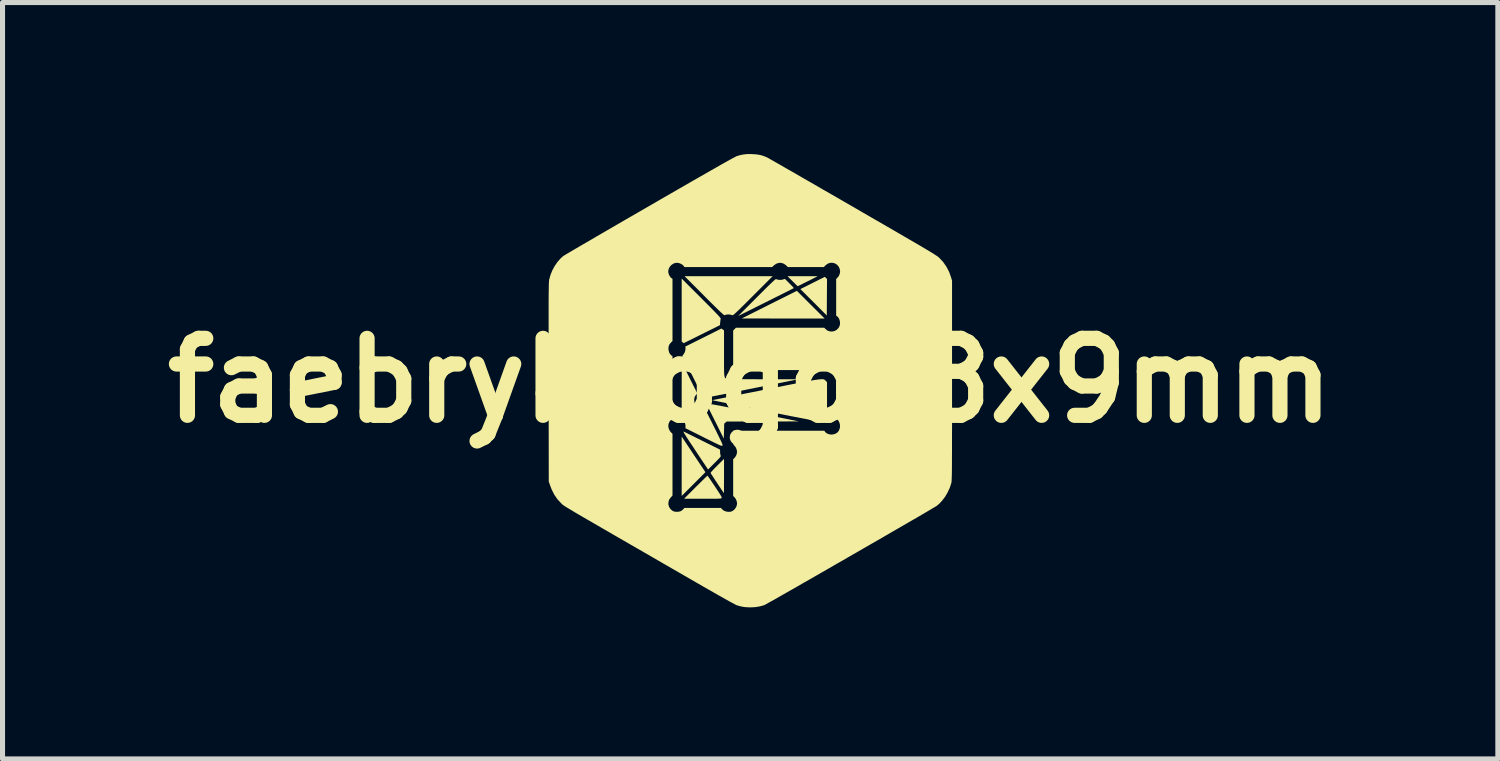
<source format=kicad_pcb>
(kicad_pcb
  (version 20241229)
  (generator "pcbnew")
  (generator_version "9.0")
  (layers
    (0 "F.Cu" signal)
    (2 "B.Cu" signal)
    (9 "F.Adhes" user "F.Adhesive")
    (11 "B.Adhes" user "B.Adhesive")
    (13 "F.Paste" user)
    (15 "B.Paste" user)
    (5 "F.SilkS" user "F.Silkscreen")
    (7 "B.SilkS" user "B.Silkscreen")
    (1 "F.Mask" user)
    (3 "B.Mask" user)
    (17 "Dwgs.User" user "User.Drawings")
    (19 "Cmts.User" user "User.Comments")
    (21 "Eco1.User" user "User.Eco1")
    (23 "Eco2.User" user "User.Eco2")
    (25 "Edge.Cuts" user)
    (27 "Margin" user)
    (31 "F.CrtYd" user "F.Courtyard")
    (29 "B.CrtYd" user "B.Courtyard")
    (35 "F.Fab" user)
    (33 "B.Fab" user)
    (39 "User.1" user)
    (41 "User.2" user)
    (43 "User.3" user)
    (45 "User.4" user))
  (footprint "faebrykLogo_8x9mm"
    (layer "F.Cu")
    (at 11.8 4.482)
    (property "Reference" "faebrykLogo_8x9mm" (at 0 0 0) (layer "F.SilkS") (effects (font (size 1.524 1.524) (thickness 0.3))))
    (attr board_only exclude_from_pos_files exclude_from_bom)
    (fp_poly (pts (xy -1.121 1.463) (xy -0.886 1.815) (xy -1.356 2.285) (xy -1.356 1.698) (xy -1.356 1.11)) (stroke (width 0) (type solid)) (fill yes) (layer "F.SilkS"))
    (fp_poly (pts (xy 1.473 -1.227) (xy 0.652 -1.227) (xy -0.168 -1.228) (xy 0.378 -1.502) (xy 0.924 -1.775)) (stroke (width 0) (type solid)) (fill yes) (layer "F.SilkS"))
    (fp_poly (pts (xy 1.521 -2.008) (xy 1.516 -1.287) (xy 1.255 -1.549) (xy 0.993 -1.81) (xy 1.235 -1.931) (xy 1.477 -2.052)) (stroke (width 0) (type solid)) (fill yes) (layer "F.SilkS"))
    (fp_poly (pts (xy 1.037 -2.064) (xy 1.335 -2.064) (xy 1.14 -1.965) (xy 1.087 -1.939) (xy 1.039 -1.915) (xy 0.999 -1.894) (xy 0.967 -1.879) (xy 0.948 -1.869) (xy 0.942 -1.867) (xy 0.934 -1.872) (xy 0.917 -1.888) (xy 0.892 -1.912) (xy 0.861 -1.943) (xy 0.838 -1.965) (xy 0.739 -2.065)) (stroke (width 0) (type solid)) (fill yes) (layer "F.SilkS"))
    (fp_poly (pts (xy -1.201 -0.052) (xy -1.047 0.255) (xy -1.071 0.282) (xy -1.096 0.32) (xy -1.108 0.362) (xy -1.106 0.413) (xy -1.093 0.471) (xy -1.094 0.479) (xy -1.1 0.491) (xy -1.114 0.509) (xy -1.136 0.534) (xy -1.168 0.567) (xy -1.211 0.61) (xy -1.222 0.622) (xy -1.356 0.756) (xy -1.356 0.199) (xy -1.355 -0.359)) (stroke (width 0) (type solid)) (fill yes) (layer "F.SilkS"))
    (fp_poly (pts (xy -0.967 -1.629) (xy -0.887 -1.548) (xy -0.817 -1.478) (xy -0.759 -1.419) (xy -0.71 -1.37) (xy -0.671 -1.329) (xy -0.64 -1.296) (xy -0.617 -1.271) (xy -0.6 -1.251) (xy -0.59 -1.237) (xy -0.585 -1.228) (xy -0.584 -1.223) (xy -0.584 -1.222) (xy -0.587 -1.205) (xy -0.591 -1.177) (xy -0.594 -1.151) (xy -0.598 -1.096) (xy -1.318 -0.738) (xy -1.337 -0.756) (xy -1.356 -0.775) (xy -1.356 -2.017)) (stroke (width 0) (type solid)) (fill yes) (layer "F.SilkS"))
    (fp_poly (pts (xy -0.776 0.468) (xy -0.752 0.472) (xy -0.712 0.479) (xy -0.66 0.488) (xy -0.594 0.5) (xy -0.518 0.515) (xy -0.431 0.532) (xy -0.335 0.55) (xy -0.232 0.571) (xy -0.121 0.593) (xy -0.005 0.616) (xy 0.091 0.635) (xy 0.963 0.81) (xy 0.249 0.811) (xy -0.466 0.812) (xy -0.49 0.833) (xy -0.514 0.854) (xy -0.518 1.002) (xy -0.523 1.15) (xy -0.678 0.839) (xy -0.833 0.529) (xy -0.81 0.502) (xy -0.795 0.483) (xy -0.786 0.47) (xy -0.785 0.468)) (stroke (width 0) (type solid)) (fill yes) (layer "F.SilkS"))
    (fp_poly (pts (xy 0.056 -1.676) (xy -0.025 -1.595) (xy -0.095 -1.525) (xy -0.154 -1.467) (xy -0.203 -1.418) (xy -0.244 -1.379) (xy -0.277 -1.348) (xy -0.303 -1.324) (xy -0.322 -1.308) (xy -0.336 -1.298) (xy -0.345 -1.293) (xy -0.35 -1.292) (xy -0.4 -1.305) (xy -0.441 -1.308) (xy -0.478 -1.303) (xy -0.51 -1.293) (xy -0.517 -1.296) (xy -0.534 -1.309) (xy -0.561 -1.333) (xy -0.597 -1.366) (xy -0.644 -1.411) (xy -0.701 -1.467) (xy -0.769 -1.534) (xy -0.849 -1.613) (xy -0.911 -1.676) (xy -1.3 -2.065) (xy 0.445 -2.065)) (stroke (width 0) (type solid)) (fill yes) (layer "F.SilkS"))
    (fp_poly (pts (xy -0.518 1.89) (xy -0.518 1.965) (xy -0.519 2.034) (xy -0.519 2.095) (xy -0.519 2.147) (xy -0.519 2.188) (xy -0.52 2.215) (xy -0.52 2.228) (xy -0.521 2.229) (xy -0.526 2.222) (xy -0.539 2.202) (xy -0.56 2.172) (xy -0.586 2.133) (xy -0.617 2.087) (xy -0.651 2.036) (xy -0.652 2.033) (xy -0.687 1.982) (xy -0.718 1.934) (xy -0.744 1.893) (xy -0.765 1.861) (xy -0.779 1.838) (xy -0.784 1.828) (xy -0.784 1.828) (xy -0.779 1.82) (xy -0.763 1.801) (xy -0.739 1.774) (xy -0.707 1.74) (xy -0.669 1.702) (xy -0.652 1.685) (xy -0.518 1.551)) (stroke (width 0) (type solid)) (fill yes) (layer "F.SilkS"))
    (fp_poly (pts (xy 0.777 -1.922) (xy 0.809 -1.89) (xy 0.835 -1.863) (xy 0.854 -1.842) (xy 0.863 -1.83) (xy 0.864 -1.829) (xy 0.855 -1.824) (xy 0.833 -1.813) (xy 0.798 -1.795) (xy 0.75 -1.771) (xy 0.693 -1.742) (xy 0.626 -1.708) (xy 0.551 -1.671) (xy 0.469 -1.63) (xy 0.382 -1.586) (xy 0.311 -1.551) (xy -0.238 -1.277) (xy 0.13 -1.645) (xy 0.214 -1.729) (xy 0.287 -1.802) (xy 0.348 -1.862) (xy 0.399 -1.912) (xy 0.44 -1.95) (xy 0.471 -1.979) (xy 0.493 -1.997) (xy 0.506 -2.006) (xy 0.51 -2.007) (xy 0.563 -1.992) (xy 0.617 -1.992) (xy 0.645 -1.998) (xy 0.687 -2.012)) (stroke (width 0) (type solid)) (fill yes) (layer "F.SilkS"))
    (fp_poly (pts (xy -1.31 1.015) (xy -1.287 1.025) (xy -1.253 1.042) (xy -1.207 1.065) (xy -1.152 1.092) (xy -1.09 1.123) (xy -1.021 1.157) (xy -0.955 1.19) (xy -0.596 1.369) (xy -0.596 1.414) (xy -0.594 1.445) (xy -0.589 1.472) (xy -0.586 1.482) (xy -0.583 1.49) (xy -0.583 1.498) (xy -0.587 1.508) (xy -0.597 1.522) (xy -0.614 1.541) (xy -0.639 1.567) (xy -0.675 1.603) (xy -0.705 1.633) (xy -0.834 1.762) (xy -1.076 1.398) (xy -1.132 1.313) (xy -1.18 1.241) (xy -1.22 1.181) (xy -1.252 1.132) (xy -1.276 1.093) (xy -1.295 1.063) (xy -1.308 1.042) (xy -1.316 1.026) (xy -1.32 1.017) (xy -1.321 1.012) (xy -1.318 1.011)) (stroke (width 0) (type solid)) (fill yes) (layer "F.SilkS"))
    (fp_poly (pts (xy -1.006 0.55) (xy -0.979 0.557) (xy -0.946 0.561) (xy -0.935 0.562) (xy -0.894 0.562) (xy -0.715 0.919) (xy -0.673 1.003) (xy -0.639 1.073) (xy -0.611 1.13) (xy -0.589 1.176) (xy -0.572 1.211) (xy -0.56 1.238) (xy -0.552 1.258) (xy -0.548 1.272) (xy -0.547 1.281) (xy -0.549 1.286) (xy -0.551 1.29) (xy -0.556 1.292) (xy -0.563 1.293) (xy -0.574 1.291) (xy -0.59 1.285) (xy -0.612 1.276) (xy -0.643 1.262) (xy -0.682 1.243) (xy -0.732 1.219) (xy -0.794 1.188) (xy -0.869 1.151) (xy -0.924 1.123) (xy -1.282 0.944) (xy -1.28 0.909) (xy -1.282 0.878) (xy -1.29 0.845) (xy -1.291 0.842) (xy -1.305 0.809) (xy -1.17 0.673) (xy -1.034 0.537)) (stroke (width 0) (type solid)) (fill yes) (layer "F.SilkS"))
    (fp_poly (pts (xy -0.84 1.89) (xy -0.826 1.91) (xy -0.805 1.94) (xy -0.777 1.98) (xy -0.746 2.027) (xy -0.71 2.079) (xy -0.698 2.098) (xy -0.657 2.16) (xy -0.624 2.21) (xy -0.6 2.248) (xy -0.582 2.277) (xy -0.571 2.297) (xy -0.565 2.312) (xy -0.564 2.321) (xy -0.566 2.327) (xy -0.57 2.33) (xy -0.576 2.333) (xy -0.587 2.336) (xy -0.605 2.337) (xy -0.629 2.339) (xy -0.663 2.34) (xy -0.708 2.341) (xy -0.765 2.341) (xy -0.836 2.341) (xy -0.922 2.341) (xy -0.943 2.341) (xy -1.309 2.341) (xy -1.08 2.112) (xy -1.028 2.061) (xy -0.98 2.013) (xy -0.938 1.971) (xy -0.902 1.936) (xy -0.873 1.908) (xy -0.854 1.891) (xy -0.846 1.883) (xy -0.846 1.883)) (stroke (width 0) (type solid)) (fill yes) (layer "F.SilkS"))
    (fp_poly (pts (xy -0.544 -1.01) (xy -0.518 -0.992) (xy -0.518 -0.537) (xy -0.518 -0.434) (xy -0.518 -0.348) (xy -0.518 -0.275) (xy -0.517 -0.216) (xy -0.516 -0.168) (xy -0.514 -0.131) (xy -0.512 -0.102) (xy -0.508 -0.081) (xy -0.504 -0.066) (xy -0.499 -0.056) (xy -0.492 -0.048) (xy -0.484 -0.043) (xy -0.474 -0.038) (xy -0.469 -0.036) (xy -0.459 -0.034) (xy -0.437 -0.032) (xy -0.402 -0.03) (xy -0.354 -0.029) (xy -0.291 -0.028) (xy -0.215 -0.027) (xy -0.123 -0.026) (xy -0.015 -0.026) (xy 0.108 -0.025) (xy 0.248 -0.025) (xy 0.946 -0.024) (xy 0.095 0.147) (xy -0.024 0.171) (xy -0.138 0.194) (xy -0.246 0.216) (xy -0.348 0.236) (xy -0.441 0.255) (xy -0.525 0.272) (xy -0.599 0.286) (xy -0.661 0.298) (xy -0.71 0.308) (xy -0.746 0.315) (xy -0.766 0.319) (xy -0.771 0.319) (xy -0.785 0.313) (xy -0.799 0.296) (xy -0.799 0.296) (xy -0.83 0.26) (xy -0.873 0.237) (xy -0.927 0.226) (xy -0.93 0.226) (xy -0.986 0.223) (xy -1.342 -0.49) (xy -1.319 -0.518) (xy -1.297 -0.555) (xy -1.283 -0.599) (xy -1.28 -0.642) (xy -1.28 -0.644) (xy -1.284 -0.672) (xy -0.569 -1.029)) (stroke (width 0) (type solid)) (fill yes) (layer "F.SilkS"))
    (fp_poly (pts (xy 1.442 -0.025) (xy 1.456 -0.022) (xy 1.466 -0.018) (xy 1.475 -0.013) (xy 1.482 -0.007) (xy 1.489 -0.000076) (xy 1.492 0.003) (xy 1.521 0.032) (xy 1.521 0.75) (xy 1.489 0.781) (xy 1.473 0.797) (xy 1.459 0.806) (xy 1.442 0.81) (xy 1.417 0.811) (xy 1.392 0.811) (xy 1.377 0.81) (xy 1.354 0.807) (xy 1.321 0.802) (xy 1.279 0.795) (xy 1.226 0.786) (xy 1.162 0.774) (xy 1.086 0.759) (xy 0.998 0.742) (xy 0.896 0.723) (xy 0.78 0.7) (xy 0.65 0.674) (xy 0.505 0.645) (xy 0.343 0.612) (xy 0.285 0.6) (xy 0.154 0.574) (xy 0.028 0.548) (xy -0.093 0.524) (xy -0.207 0.501) (xy -0.312 0.48) (xy -0.409 0.46) (xy -0.496 0.442) (xy -0.572 0.427) (xy -0.636 0.414) (xy -0.687 0.403) (xy -0.724 0.396) (xy -0.745 0.391) (xy -0.752 0.39) (xy -0.743 0.388) (xy -0.718 0.383) (xy -0.678 0.375) (xy -0.625 0.364) (xy -0.558 0.351) (xy -0.48 0.335) (xy -0.391 0.318) (xy -0.293 0.298) (xy -0.186 0.276) (xy -0.071 0.253) (xy 0.051 0.229) (xy 0.178 0.204) (xy 0.289 0.181) (xy 0.452 0.149) (xy 0.599 0.12) (xy 0.73 0.093) (xy 0.848 0.07) (xy 0.951 0.05) (xy 1.043 0.032) (xy 1.122 0.017) (xy 1.191 0.005) (xy 1.249 -0.006) (xy 1.299 -0.013) (xy 1.341 -0.019) (xy 1.375 -0.023) (xy 1.402 -0.025) (xy 1.425 -0.026)) (stroke (width 0) (type solid)) (fill yes) (layer "F.SilkS"))
    (fp_poly (pts (xy 0.048 -4.481) (xy 0.131 -4.475) (xy 0.202 -4.463) (xy 0.267 -4.444) (xy 0.33 -4.418) (xy 0.344 -4.411) (xy 0.357 -4.404) (xy 0.384 -4.388) (xy 0.425 -4.365) (xy 0.478 -4.335) (xy 0.544 -4.297) (xy 0.621 -4.253) (xy 0.709 -4.202) (xy 0.807 -4.146) (xy 0.914 -4.085) (xy 1.029 -4.018) (xy 1.153 -3.947) (xy 1.284 -3.872) (xy 1.421 -3.792) (xy 1.564 -3.71) (xy 1.712 -3.625) (xy 1.864 -3.537) (xy 2.02 -3.447) (xy 2.039 -3.436) (xy 2.225 -3.328) (xy 2.396 -3.229) (xy 2.554 -3.138) (xy 2.699 -3.054) (xy 2.831 -2.978) (xy 2.951 -2.908) (xy 3.059 -2.845) (xy 3.157 -2.788) (xy 3.245 -2.737) (xy 3.323 -2.692) (xy 3.392 -2.651) (xy 3.453 -2.615) (xy 3.506 -2.584) (xy 3.552 -2.556) (xy 3.591 -2.532) (xy 3.624 -2.512) (xy 3.652 -2.494) (xy 3.675 -2.479) (xy 3.694 -2.466) (xy 3.71 -2.456) (xy 3.722 -2.446) (xy 3.732 -2.438) (xy 3.74 -2.431) (xy 3.819 -2.347) (xy 3.886 -2.25) (xy 3.94 -2.145) (xy 3.976 -2.043) (xy 3.996 -1.974) (xy 3.996 0) (xy 3.996 0.218) (xy 3.996 0.42) (xy 3.996 0.606) (xy 3.996 0.776) (xy 3.996 0.932) (xy 3.995 1.074) (xy 3.995 1.203) (xy 3.995 1.32) (xy 3.995 1.424) (xy 3.994 1.518) (xy 3.994 1.6) (xy 3.994 1.673) (xy 3.993 1.737) (xy 3.993 1.793) (xy 3.992 1.84) (xy 3.991 1.881) (xy 3.99 1.915) (xy 3.989 1.943) (xy 3.988 1.966) (xy 3.987 1.985) (xy 3.986 2) (xy 3.985 2.012) (xy 3.983 2.022) (xy 3.981 2.029) (xy 3.98 2.034) (xy 3.951 2.124) (xy 3.909 2.214) (xy 3.859 2.3) (xy 3.801 2.377) (xy 3.738 2.444) (xy 3.69 2.483) (xy 3.677 2.491) (xy 3.649 2.508) (xy 3.608 2.532) (xy 3.555 2.564) (xy 3.49 2.602) (xy 3.415 2.646) (xy 3.33 2.696) (xy 3.235 2.751) (xy 3.132 2.81) (xy 3.022 2.874) (xy 2.906 2.941) (xy 2.783 3.012) (xy 2.656 3.086) (xy 2.525 3.162) (xy 2.39 3.239) (xy 2.253 3.318) (xy 2.115 3.398) (xy 1.975 3.478) (xy 1.836 3.559) (xy 1.697 3.638) (xy 1.561 3.717) (xy 1.426 3.794) (xy 1.296 3.869) (xy 1.169 3.942) (xy 1.047 4.011) (xy 0.932 4.078) (xy 0.823 4.14) (xy 0.721 4.198) (xy 0.628 4.251) (xy 0.544 4.299) (xy 0.47 4.341) (xy 0.406 4.376) (xy 0.355 4.405) (xy 0.316 4.427) (xy 0.29 4.441) (xy 0.278 4.447) (xy 0.194 4.471) (xy 0.102 4.486) (xy 0.005 4.491) (xy -0.089 4.487) (xy -0.144 4.48) (xy -0.186 4.471) (xy -0.231 4.459) (xy -0.262 4.45) (xy -0.28 4.442) (xy -0.312 4.426) (xy -0.358 4.401) (xy -0.417 4.369) (xy -0.489 4.329) (xy -0.573 4.281) (xy -0.67 4.227) (xy -0.777 4.165) (xy -0.895 4.098) (xy -1.024 4.024) (xy -1.055 4.006) (xy -1.291 3.87) (xy -1.512 3.742) (xy -1.719 3.623) (xy -1.912 3.511) (xy -2.092 3.407) (xy -2.26 3.31) (xy -2.415 3.221) (xy -2.559 3.138) (xy -2.692 3.061) (xy -2.814 2.99) (xy -2.925 2.926) (xy -3.027 2.867) (xy -3.12 2.813) (xy -3.203 2.765) (xy -3.279 2.721) (xy -3.346 2.682) (xy -3.406 2.647) (xy -3.459 2.616) (xy -3.505 2.588) (xy -3.545 2.564) (xy -3.58 2.543) (xy -3.61 2.525) (xy -3.635 2.51) (xy -3.656 2.497) (xy -3.673 2.486) (xy -3.687 2.477) (xy -3.698 2.469) (xy -3.707 2.462) (xy -3.714 2.457) (xy -3.72 2.452) (xy -3.725 2.447) (xy -3.73 2.442) (xy -3.734 2.438) (xy -3.739 2.432) (xy -3.743 2.429) (xy -3.817 2.349) (xy -3.878 2.26) (xy -3.929 2.159) (xy -3.962 2.073) (xy -3.987 2) (xy -3.99 0.035) (xy -3.99 -0.184) (xy -3.99 -0.387) (xy -3.99 -0.573) (xy -3.99 -0.744) (xy -3.99 -0.901) (xy -3.99 -1.044) (xy -3.99 -1.173) (xy -3.99 -1.29) (xy -3.99 -1.395) (xy -3.99 -1.489) (xy -3.99 -1.572) (xy -3.989 -1.646) (xy -3.989 -1.71) (xy -3.988 -1.766) (xy -3.987 -1.814) (xy -3.987 -1.854) (xy -3.986 -1.889) (xy -3.985 -1.917) (xy -3.984 -1.941) (xy -3.983 -1.96) (xy -3.982 -1.975) (xy -3.98 -1.987) (xy -3.979 -1.997) (xy -3.978 -2) (xy -3.954 -2.088) (xy -3.922 -2.167) (xy -1.622 -2.167) (xy -1.62 -2.135) (xy -1.609 -2.098) (xy -1.591 -2.063) (xy -1.569 -2.035) (xy -1.558 -2.026) (xy -1.538 -2.013) (xy -1.538 -0.781) (xy -1.565 -0.755) (xy -1.597 -0.717) (xy -1.614 -0.676) (xy -1.619 -0.631) (xy -1.613 -0.585) (xy -1.598 -0.542) (xy -1.575 -0.509) (xy -1.559 -0.496) (xy -1.538 -0.482) (xy -1.538 0.753) (xy -1.564 0.775) (xy -1.597 0.813) (xy -1.616 0.858) (xy -1.621 0.907) (xy -1.611 0.956) (xy -1.588 1.002) (xy -1.571 1.022) (xy -1.538 1.057) (xy -1.538 2.278) (xy -1.571 2.313) (xy -1.603 2.357) (xy -1.618 2.405) (xy -1.619 2.454) (xy -1.606 2.501) (xy -1.579 2.544) (xy -1.539 2.578) (xy -1.525 2.586) (xy -1.494 2.596) (xy -1.454 2.6) (xy -1.414 2.597) (xy -1.38 2.589) (xy -1.38 2.589) (xy -1.355 2.574) (xy -1.331 2.554) (xy -1.327 2.55) (xy -1.301 2.523) (xy -0.577 2.523) (xy -0.56 2.545) (xy -0.528 2.572) (xy -0.486 2.591) (xy -0.438 2.6) (xy -0.391 2.598) (xy -0.366 2.591) (xy -0.327 2.568) (xy -0.295 2.533) (xy -0.271 2.49) (xy -0.26 2.444) (xy -0.26 2.432) (xy -0.267 2.388) (xy -0.285 2.345) (xy -0.313 2.309) (xy -0.314 2.307) (xy -0.337 2.286) (xy -0.337 1.558) (xy -0.314 1.537) (xy -0.287 1.502) (xy -0.267 1.459) (xy -0.26 1.415) (xy -0.26 1.413) (xy -0.267 1.369) (xy -0.285 1.325) (xy -0.313 1.289) (xy -0.314 1.288) (xy -0.323 1.28) (xy -0.329 1.271) (xy -0.333 1.259) (xy -0.335 1.242) (xy -0.336 1.215) (xy -0.337 1.176) (xy -0.337 1.13) (xy -0.337 0.994) (xy 1.467 0.994) (xy 1.48 1.014) (xy 1.506 1.04) (xy 1.544 1.059) (xy 1.589 1.069) (xy 1.624 1.07) (xy 1.678 1.058) (xy 1.722 1.033) (xy 1.754 0.996) (xy 1.773 0.948) (xy 1.778 0.915) (xy 1.776 0.869) (xy 1.763 0.826) (xy 1.743 0.79) (xy 1.723 0.772) (xy 1.702 0.758) (xy 1.702 0.029) (xy 1.729 0.004) (xy 1.75 -0.02) (xy 1.766 -0.045) (xy 1.768 -0.049) (xy 1.778 -0.093) (xy 1.777 -0.141) (xy 1.766 -0.189) (xy 1.745 -0.228) (xy 1.738 -0.236) (xy 1.703 -0.263) (xy 1.659 -0.28) (xy 1.611 -0.285) (xy 1.562 -0.279) (xy 1.519 -0.262) (xy 1.484 -0.235) (xy 1.479 -0.229) (xy 1.462 -0.207) (xy -0.337 -0.207) (xy -0.337 -0.988) (xy -0.309 -1.017) (xy -0.282 -1.045) (xy 1.466 -1.045) (xy 1.487 -1.023) (xy 1.527 -0.99) (xy 1.573 -0.973) (xy 1.621 -0.969) (xy 1.668 -0.979) (xy 1.711 -1.002) (xy 1.747 -1.038) (xy 1.763 -1.064) (xy 1.777 -1.107) (xy 1.778 -1.154) (xy 1.769 -1.2) (xy 1.749 -1.241) (xy 1.725 -1.268) (xy 1.702 -1.285) (xy 1.702 -2.01) (xy 1.724 -2.031) (xy 1.757 -2.072) (xy 1.775 -2.121) (xy 1.78 -2.157) (xy 1.772 -2.21) (xy 1.751 -2.255) (xy 1.721 -2.29) (xy 1.682 -2.316) (xy 1.638 -2.329) (xy 1.592 -2.33) (xy 1.546 -2.318) (xy 1.503 -2.29) (xy 1.492 -2.28) (xy 1.458 -2.246) (xy 0.746 -2.246) (xy 0.71 -2.28) (xy 0.665 -2.312) (xy 0.617 -2.328) (xy 0.566 -2.328) (xy 0.517 -2.312) (xy 0.471 -2.28) (xy 0.434 -2.246) (xy -1.303 -2.246) (xy -1.317 -2.268) (xy -1.339 -2.29) (xy -1.372 -2.31) (xy -1.411 -2.325) (xy -1.427 -2.328) (xy -1.473 -2.329) (xy -1.517 -2.315) (xy -1.557 -2.289) (xy -1.59 -2.254) (xy -1.612 -2.212) (xy -1.622 -2.167) (xy -3.922 -2.167) (xy -3.918 -2.177) (xy -3.872 -2.263) (xy -3.818 -2.342) (xy -3.759 -2.411) (xy -3.704 -2.461) (xy -3.692 -2.469) (xy -3.665 -2.485) (xy -3.626 -2.509) (xy -3.573 -2.54) (xy -3.508 -2.578) (xy -3.432 -2.623) (xy -3.345 -2.674) (xy -3.248 -2.73) (xy -3.141 -2.792) (xy -3.026 -2.86) (xy -2.903 -2.931) (xy -2.773 -3.007) (xy -2.636 -3.086) (xy -2.493 -3.169) (xy -2.344 -3.255) (xy -2.192 -3.343) (xy -2.035 -3.434) (xy -1.994 -3.457) (xy -1.793 -3.574) (xy -1.605 -3.682) (xy -1.432 -3.782) (xy -1.272 -3.874) (xy -1.126 -3.958) (xy -0.993 -4.034) (xy -0.872 -4.103) (xy -0.764 -4.165) (xy -0.667 -4.22) (xy -0.582 -4.269) (xy -0.507 -4.311) (xy -0.444 -4.346) (xy -0.39 -4.376) (xy -0.346 -4.4) (xy -0.311 -4.418) (xy -0.286 -4.432) (xy -0.269 -4.44) (xy -0.264 -4.442) (xy -0.196 -4.462) (xy -0.128 -4.475) (xy -0.057 -4.482) (xy 0.025 -4.482)) (stroke (width 0) (type solid)) (fill yes) (layer "F.SilkS")))
  (gr_rect
    (start -3 -3)
    (end 26.6 11.973)
    (stroke (width 0.1) (type default))
    (fill no)
    (layer "Edge.Cuts")))
</source>
